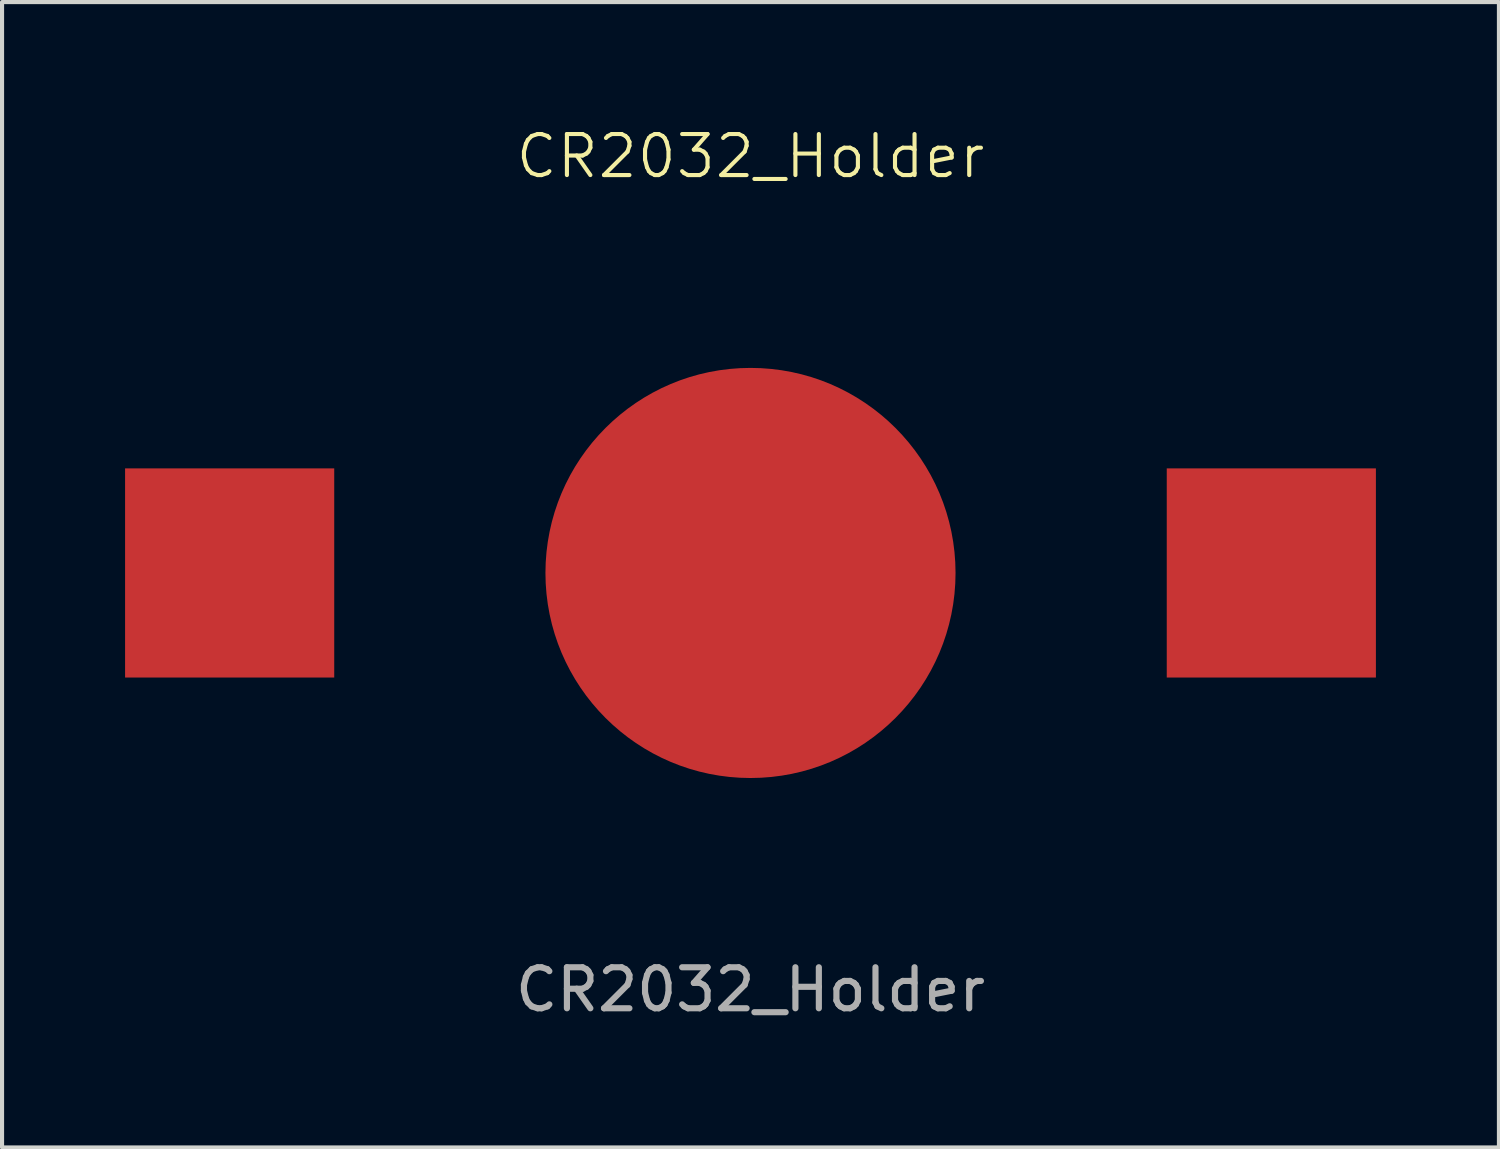
<source format=kicad_pcb>
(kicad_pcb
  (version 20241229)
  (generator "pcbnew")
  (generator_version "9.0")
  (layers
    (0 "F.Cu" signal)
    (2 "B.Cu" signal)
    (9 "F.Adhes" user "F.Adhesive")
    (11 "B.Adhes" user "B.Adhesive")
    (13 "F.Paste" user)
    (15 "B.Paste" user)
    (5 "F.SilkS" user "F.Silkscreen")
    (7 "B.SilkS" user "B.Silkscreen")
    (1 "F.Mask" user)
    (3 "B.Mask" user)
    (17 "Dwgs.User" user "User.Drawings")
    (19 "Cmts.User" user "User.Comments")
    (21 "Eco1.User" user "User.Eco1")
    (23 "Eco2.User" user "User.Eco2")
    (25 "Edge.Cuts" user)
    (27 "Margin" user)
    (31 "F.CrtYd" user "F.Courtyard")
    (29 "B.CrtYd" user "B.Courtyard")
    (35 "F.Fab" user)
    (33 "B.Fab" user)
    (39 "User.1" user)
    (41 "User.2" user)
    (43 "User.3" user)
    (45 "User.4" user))
  (footprint "CR2032_Holder"
    (layer "F.Cu")
    (at 15.25 10.921)
    (property "Reference" "CR2032_Holder" (at 0 -10.16 0) (unlocked yes) (layer "F.SilkS") (effects (font (size 1 1) (thickness 0.1))))
    (attr smd)
    (fp_text user "${REFERENCE}" (at 0 10.16 0) (unlocked yes) (layer "F.Fab") (effects (font (size 1 1) (thickness 0.15))))
    (pad "1" smd circle (at 0 0) (size 10 10) (layers "F.Cu" "F.Mask" "F.Paste"))
    (pad "2" smd rect (at -12.7 0) (size 5.1 5.1) (layers "F.Cu" "F.Mask" "F.Paste"))
    (pad "2" smd rect (at 12.7 0) (size 5.1 5.1) (layers "F.Cu" "F.Mask" "F.Paste")))
  (gr_rect
    (start -3 -3)
    (end 33.5 24.929)
    (stroke (width 0.1) (type default))
    (fill no)
    (layer "Edge.Cuts")))
</source>
